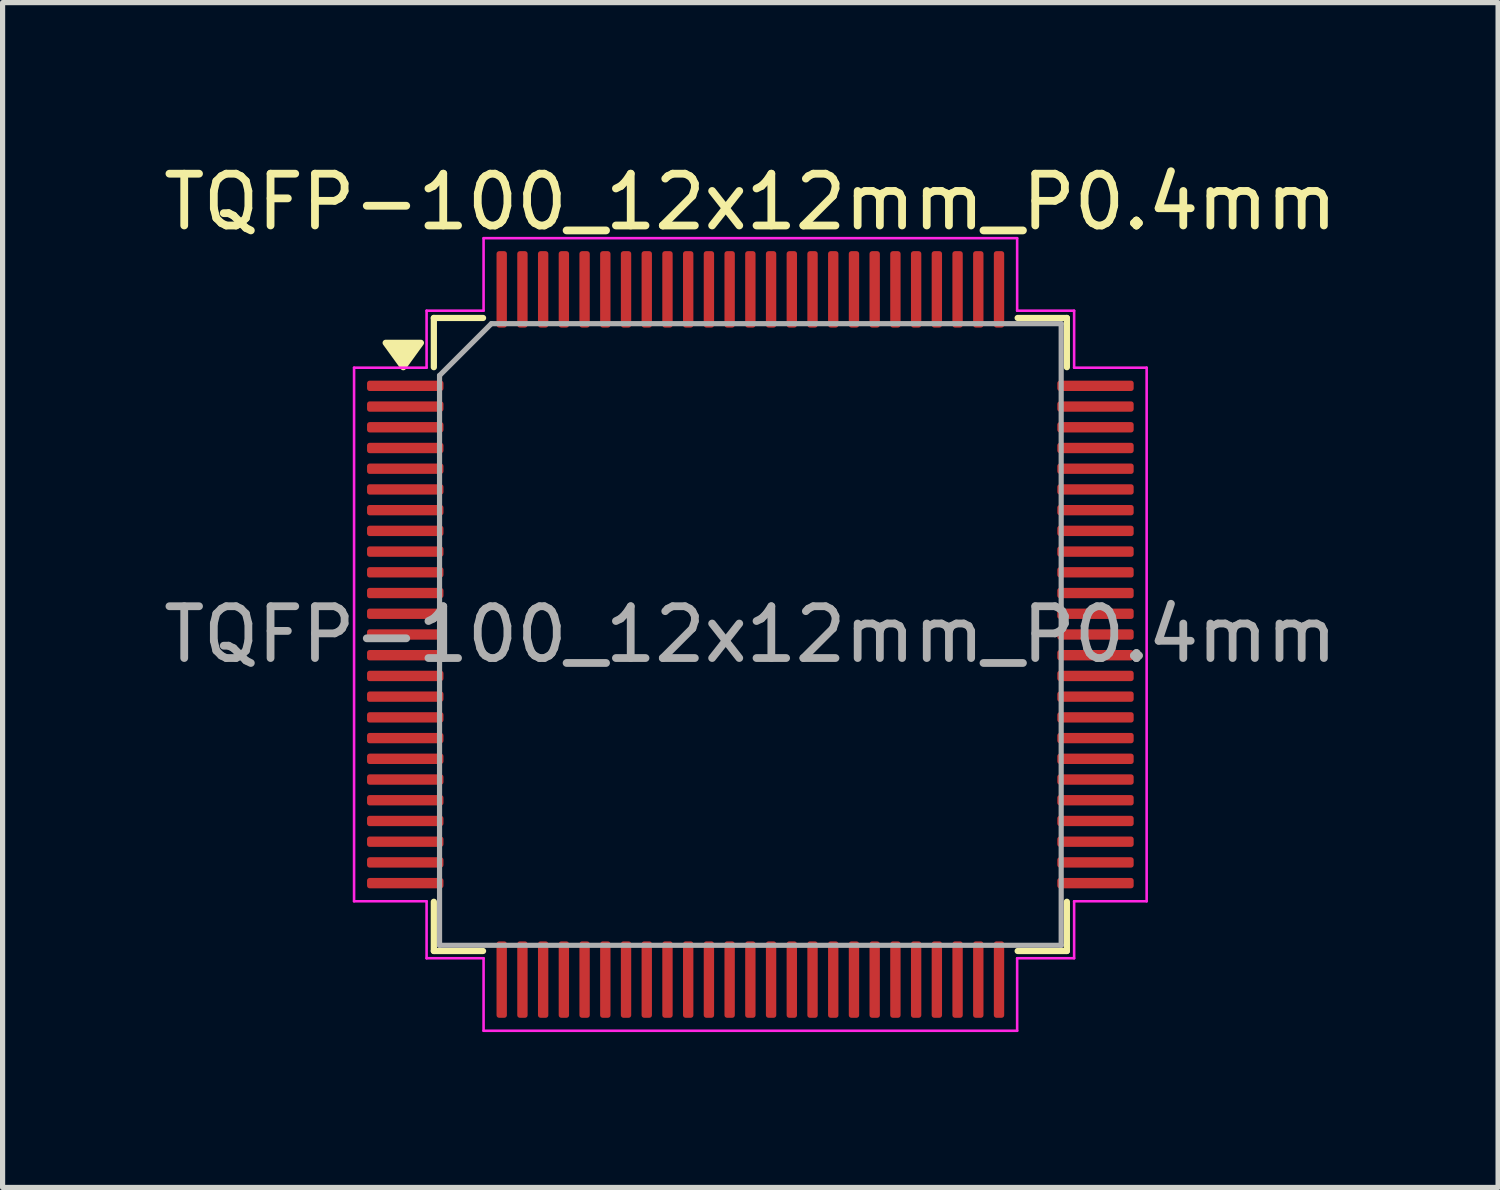
<source format=kicad_pcb>
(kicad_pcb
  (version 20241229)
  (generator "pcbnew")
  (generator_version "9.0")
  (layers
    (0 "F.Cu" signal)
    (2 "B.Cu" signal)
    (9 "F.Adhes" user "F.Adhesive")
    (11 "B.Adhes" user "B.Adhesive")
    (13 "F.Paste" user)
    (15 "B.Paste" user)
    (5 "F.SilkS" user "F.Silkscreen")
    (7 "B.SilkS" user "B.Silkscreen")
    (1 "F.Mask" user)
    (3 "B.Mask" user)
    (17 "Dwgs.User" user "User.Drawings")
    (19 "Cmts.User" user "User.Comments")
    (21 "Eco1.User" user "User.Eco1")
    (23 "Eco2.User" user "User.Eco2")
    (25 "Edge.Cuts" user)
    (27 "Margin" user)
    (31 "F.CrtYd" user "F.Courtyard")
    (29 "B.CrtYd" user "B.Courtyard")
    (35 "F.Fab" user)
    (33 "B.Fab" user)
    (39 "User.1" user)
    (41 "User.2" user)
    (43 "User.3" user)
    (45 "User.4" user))
  (footprint "TQFP-100_12x12mm_P0.4mm"
    (layer "F.Cu")
    (at 11.435 9.198)
    (property "Reference" "TQFP-100_12x12mm_P0.4mm" (at 0 -8.35 0) (layer "F.SilkS") (effects (font (size 1 1) (thickness 0.15))))
    (attr smd)
    (fp_line (start -6.11 -6.11) (end -6.11 -5.16) (stroke (width 0.12) (type solid)) (layer "F.SilkS"))
    (fp_line (start -6.11 6.11) (end -6.11 5.16) (stroke (width 0.12) (type solid)) (layer "F.SilkS"))
    (fp_line (start -5.16 -6.11) (end -6.11 -6.11) (stroke (width 0.12) (type solid)) (layer "F.SilkS"))
    (fp_line (start -5.16 6.11) (end -6.11 6.11) (stroke (width 0.12) (type solid)) (layer "F.SilkS"))
    (fp_line (start 5.16 -6.11) (end 6.11 -6.11) (stroke (width 0.12) (type solid)) (layer "F.SilkS"))
    (fp_line (start 5.16 6.11) (end 6.11 6.11) (stroke (width 0.12) (type solid)) (layer "F.SilkS"))
    (fp_line (start 6.11 -6.11) (end 6.11 -5.16) (stroke (width 0.12) (type solid)) (layer "F.SilkS"))
    (fp_line (start 6.11 6.11) (end 6.11 5.16) (stroke (width 0.12) (type solid)) (layer "F.SilkS"))
    (fp_poly (pts (xy -6.7 -5.16) (xy -7.04 -5.63) (xy -6.36 -5.63)) (stroke (width 0.12) (type solid)) (fill yes) (layer "F.SilkS"))
    (fp_line (start -7.65 -5.15) (end -6.25 -5.15) (stroke (width 0.05) (type solid)) (layer "F.CrtYd"))
    (fp_line (start -7.65 5.15) (end -7.65 -5.15) (stroke (width 0.05) (type solid)) (layer "F.CrtYd"))
    (fp_line (start -6.25 -6.25) (end -5.15 -6.25) (stroke (width 0.05) (type solid)) (layer "F.CrtYd"))
    (fp_line (start -6.25 -5.15) (end -6.25 -6.25) (stroke (width 0.05) (type solid)) (layer "F.CrtYd"))
    (fp_line (start -6.25 5.15) (end -7.65 5.15) (stroke (width 0.05) (type solid)) (layer "F.CrtYd"))
    (fp_line (start -6.25 6.25) (end -6.25 5.15) (stroke (width 0.05) (type solid)) (layer "F.CrtYd"))
    (fp_line (start -5.15 -7.65) (end 5.15 -7.65) (stroke (width 0.05) (type solid)) (layer "F.CrtYd"))
    (fp_line (start -5.15 -6.25) (end -5.15 -7.65) (stroke (width 0.05) (type solid)) (layer "F.CrtYd"))
    (fp_line (start -5.15 6.25) (end -6.25 6.25) (stroke (width 0.05) (type solid)) (layer "F.CrtYd"))
    (fp_line (start -5.15 7.65) (end -5.15 6.25) (stroke (width 0.05) (type solid)) (layer "F.CrtYd"))
    (fp_line (start 5.15 -7.65) (end 5.15 -6.25) (stroke (width 0.05) (type solid)) (layer "F.CrtYd"))
    (fp_line (start 5.15 -6.25) (end 6.25 -6.25) (stroke (width 0.05) (type solid)) (layer "F.CrtYd"))
    (fp_line (start 5.15 6.25) (end 5.15 7.65) (stroke (width 0.05) (type solid)) (layer "F.CrtYd"))
    (fp_line (start 5.15 7.65) (end -5.15 7.65) (stroke (width 0.05) (type solid)) (layer "F.CrtYd"))
    (fp_line (start 6.25 -6.25) (end 6.25 -5.15) (stroke (width 0.05) (type solid)) (layer "F.CrtYd"))
    (fp_line (start 6.25 -5.15) (end 7.65 -5.15) (stroke (width 0.05) (type solid)) (layer "F.CrtYd"))
    (fp_line (start 6.25 5.15) (end 6.25 6.25) (stroke (width 0.05) (type solid)) (layer "F.CrtYd"))
    (fp_line (start 6.25 6.25) (end 5.15 6.25) (stroke (width 0.05) (type solid)) (layer "F.CrtYd"))
    (fp_line (start 7.65 -5.15) (end 7.65 5.15) (stroke (width 0.05) (type solid)) (layer "F.CrtYd"))
    (fp_line (start 7.65 5.15) (end 6.25 5.15) (stroke (width 0.05) (type solid)) (layer "F.CrtYd"))
    (fp_line (start -6 -5) (end -5 -6) (stroke (width 0.1) (type solid)) (layer "F.Fab"))
    (fp_line (start -6 6) (end -6 -5) (stroke (width 0.1) (type solid)) (layer "F.Fab"))
    (fp_line (start -5 -6) (end 6 -6) (stroke (width 0.1) (type solid)) (layer "F.Fab"))
    (fp_line (start 6 -6) (end 6 6) (stroke (width 0.1) (type solid)) (layer "F.Fab"))
    (fp_line (start 6 6) (end -6 6) (stroke (width 0.1) (type solid)) (layer "F.Fab"))
    (fp_text user "${REFERENCE}" (at 0 0 0) (layer "F.Fab") (effects (font (size 1 1) (thickness 0.15))))
    (pad "1" smd roundrect (at -6.662 -4.8) (size 1.475 0.2) (layers "F.Cu" "F.Mask" "F.Paste") (roundrect_rratio 0.25))
    (pad "2" smd roundrect (at -6.662 -4.4) (size 1.475 0.2) (layers "F.Cu" "F.Mask" "F.Paste") (roundrect_rratio 0.25))
    (pad "3" smd roundrect (at -6.662 -4) (size 1.475 0.2) (layers "F.Cu" "F.Mask" "F.Paste") (roundrect_rratio 0.25))
    (pad "4" smd roundrect (at -6.662 -3.6) (size 1.475 0.2) (layers "F.Cu" "F.Mask" "F.Paste") (roundrect_rratio 0.25))
    (pad "5" smd roundrect (at -6.662 -3.2) (size 1.475 0.2) (layers "F.Cu" "F.Mask" "F.Paste") (roundrect_rratio 0.25))
    (pad "6" smd roundrect (at -6.662 -2.8) (size 1.475 0.2) (layers "F.Cu" "F.Mask" "F.Paste") (roundrect_rratio 0.25))
    (pad "7" smd roundrect (at -6.662 -2.4) (size 1.475 0.2) (layers "F.Cu" "F.Mask" "F.Paste") (roundrect_rratio 0.25))
    (pad "8" smd roundrect (at -6.662 -2) (size 1.475 0.2) (layers "F.Cu" "F.Mask" "F.Paste") (roundrect_rratio 0.25))
    (pad "9" smd roundrect (at -6.662 -1.6) (size 1.475 0.2) (layers "F.Cu" "F.Mask" "F.Paste") (roundrect_rratio 0.25))
    (pad "10" smd roundrect (at -6.662 -1.2) (size 1.475 0.2) (layers "F.Cu" "F.Mask" "F.Paste") (roundrect_rratio 0.25))
    (pad "11" smd roundrect (at -6.662 -0.8) (size 1.475 0.2) (layers "F.Cu" "F.Mask" "F.Paste") (roundrect_rratio 0.25))
    (pad "12" smd roundrect (at -6.662 -0.4) (size 1.475 0.2) (layers "F.Cu" "F.Mask" "F.Paste") (roundrect_rratio 0.25))
    (pad "13" smd roundrect (at -6.662 0) (size 1.475 0.2) (layers "F.Cu" "F.Mask" "F.Paste") (roundrect_rratio 0.25))
    (pad "14" smd roundrect (at -6.662 0.4) (size 1.475 0.2) (layers "F.Cu" "F.Mask" "F.Paste") (roundrect_rratio 0.25))
    (pad "15" smd roundrect (at -6.662 0.8) (size 1.475 0.2) (layers "F.Cu" "F.Mask" "F.Paste") (roundrect_rratio 0.25))
    (pad "16" smd roundrect (at -6.662 1.2) (size 1.475 0.2) (layers "F.Cu" "F.Mask" "F.Paste") (roundrect_rratio 0.25))
    (pad "17" smd roundrect (at -6.662 1.6) (size 1.475 0.2) (layers "F.Cu" "F.Mask" "F.Paste") (roundrect_rratio 0.25))
    (pad "18" smd roundrect (at -6.662 2) (size 1.475 0.2) (layers "F.Cu" "F.Mask" "F.Paste") (roundrect_rratio 0.25))
    (pad "19" smd roundrect (at -6.662 2.4) (size 1.475 0.2) (layers "F.Cu" "F.Mask" "F.Paste") (roundrect_rratio 0.25))
    (pad "20" smd roundrect (at -6.662 2.8) (size 1.475 0.2) (layers "F.Cu" "F.Mask" "F.Paste") (roundrect_rratio 0.25))
    (pad "21" smd roundrect (at -6.662 3.2) (size 1.475 0.2) (layers "F.Cu" "F.Mask" "F.Paste") (roundrect_rratio 0.25))
    (pad "22" smd roundrect (at -6.662 3.6) (size 1.475 0.2) (layers "F.Cu" "F.Mask" "F.Paste") (roundrect_rratio 0.25))
    (pad "23" smd roundrect (at -6.662 4) (size 1.475 0.2) (layers "F.Cu" "F.Mask" "F.Paste") (roundrect_rratio 0.25))
    (pad "24" smd roundrect (at -6.662 4.4) (size 1.475 0.2) (layers "F.Cu" "F.Mask" "F.Paste") (roundrect_rratio 0.25))
    (pad "25" smd roundrect (at -6.662 4.8) (size 1.475 0.2) (layers "F.Cu" "F.Mask" "F.Paste") (roundrect_rratio 0.25))
    (pad "26" smd roundrect (at -4.8 6.662) (size 0.2 1.475) (layers "F.Cu" "F.Mask" "F.Paste") (roundrect_rratio 0.25))
    (pad "27" smd roundrect (at -4.4 6.662) (size 0.2 1.475) (layers "F.Cu" "F.Mask" "F.Paste") (roundrect_rratio 0.25))
    (pad "28" smd roundrect (at -4 6.662) (size 0.2 1.475) (layers "F.Cu" "F.Mask" "F.Paste") (roundrect_rratio 0.25))
    (pad "29" smd roundrect (at -3.6 6.662) (size 0.2 1.475) (layers "F.Cu" "F.Mask" "F.Paste") (roundrect_rratio 0.25))
    (pad "30" smd roundrect (at -3.2 6.662) (size 0.2 1.475) (layers "F.Cu" "F.Mask" "F.Paste") (roundrect_rratio 0.25))
    (pad "31" smd roundrect (at -2.8 6.662) (size 0.2 1.475) (layers "F.Cu" "F.Mask" "F.Paste") (roundrect_rratio 0.25))
    (pad "32" smd roundrect (at -2.4 6.662) (size 0.2 1.475) (layers "F.Cu" "F.Mask" "F.Paste") (roundrect_rratio 0.25))
    (pad "33" smd roundrect (at -2 6.662) (size 0.2 1.475) (layers "F.Cu" "F.Mask" "F.Paste") (roundrect_rratio 0.25))
    (pad "34" smd roundrect (at -1.6 6.662) (size 0.2 1.475) (layers "F.Cu" "F.Mask" "F.Paste") (roundrect_rratio 0.25))
    (pad "35" smd roundrect (at -1.2 6.662) (size 0.2 1.475) (layers "F.Cu" "F.Mask" "F.Paste") (roundrect_rratio 0.25))
    (pad "36" smd roundrect (at -0.8 6.662) (size 0.2 1.475) (layers "F.Cu" "F.Mask" "F.Paste") (roundrect_rratio 0.25))
    (pad "37" smd roundrect (at -0.4 6.662) (size 0.2 1.475) (layers "F.Cu" "F.Mask" "F.Paste") (roundrect_rratio 0.25))
    (pad "38" smd roundrect (at 0 6.662) (size 0.2 1.475) (layers "F.Cu" "F.Mask" "F.Paste") (roundrect_rratio 0.25))
    (pad "39" smd roundrect (at 0.4 6.662) (size 0.2 1.475) (layers "F.Cu" "F.Mask" "F.Paste") (roundrect_rratio 0.25))
    (pad "40" smd roundrect (at 0.8 6.662) (size 0.2 1.475) (layers "F.Cu" "F.Mask" "F.Paste") (roundrect_rratio 0.25))
    (pad "41" smd roundrect (at 1.2 6.662) (size 0.2 1.475) (layers "F.Cu" "F.Mask" "F.Paste") (roundrect_rratio 0.25))
    (pad "42" smd roundrect (at 1.6 6.662) (size 0.2 1.475) (layers "F.Cu" "F.Mask" "F.Paste") (roundrect_rratio 0.25))
    (pad "43" smd roundrect (at 2 6.662) (size 0.2 1.475) (layers "F.Cu" "F.Mask" "F.Paste") (roundrect_rratio 0.25))
    (pad "44" smd roundrect (at 2.4 6.662) (size 0.2 1.475) (layers "F.Cu" "F.Mask" "F.Paste") (roundrect_rratio 0.25))
    (pad "45" smd roundrect (at 2.8 6.662) (size 0.2 1.475) (layers "F.Cu" "F.Mask" "F.Paste") (roundrect_rratio 0.25))
    (pad "46" smd roundrect (at 3.2 6.662) (size 0.2 1.475) (layers "F.Cu" "F.Mask" "F.Paste") (roundrect_rratio 0.25))
    (pad "47" smd roundrect (at 3.6 6.662) (size 0.2 1.475) (layers "F.Cu" "F.Mask" "F.Paste") (roundrect_rratio 0.25))
    (pad "48" smd roundrect (at 4 6.662) (size 0.2 1.475) (layers "F.Cu" "F.Mask" "F.Paste") (roundrect_rratio 0.25))
    (pad "49" smd roundrect (at 4.4 6.662) (size 0.2 1.475) (layers "F.Cu" "F.Mask" "F.Paste") (roundrect_rratio 0.25))
    (pad "50" smd roundrect (at 4.8 6.662) (size 0.2 1.475) (layers "F.Cu" "F.Mask" "F.Paste") (roundrect_rratio 0.25))
    (pad "51" smd roundrect (at 6.662 4.8) (size 1.475 0.2) (layers "F.Cu" "F.Mask" "F.Paste") (roundrect_rratio 0.25))
    (pad "52" smd roundrect (at 6.662 4.4) (size 1.475 0.2) (layers "F.Cu" "F.Mask" "F.Paste") (roundrect_rratio 0.25))
    (pad "53" smd roundrect (at 6.662 4) (size 1.475 0.2) (layers "F.Cu" "F.Mask" "F.Paste") (roundrect_rratio 0.25))
    (pad "54" smd roundrect (at 6.662 3.6) (size 1.475 0.2) (layers "F.Cu" "F.Mask" "F.Paste") (roundrect_rratio 0.25))
    (pad "55" smd roundrect (at 6.662 3.2) (size 1.475 0.2) (layers "F.Cu" "F.Mask" "F.Paste") (roundrect_rratio 0.25))
    (pad "56" smd roundrect (at 6.662 2.8) (size 1.475 0.2) (layers "F.Cu" "F.Mask" "F.Paste") (roundrect_rratio 0.25))
    (pad "57" smd roundrect (at 6.662 2.4) (size 1.475 0.2) (layers "F.Cu" "F.Mask" "F.Paste") (roundrect_rratio 0.25))
    (pad "58" smd roundrect (at 6.662 2) (size 1.475 0.2) (layers "F.Cu" "F.Mask" "F.Paste") (roundrect_rratio 0.25))
    (pad "59" smd roundrect (at 6.662 1.6) (size 1.475 0.2) (layers "F.Cu" "F.Mask" "F.Paste") (roundrect_rratio 0.25))
    (pad "60" smd roundrect (at 6.662 1.2) (size 1.475 0.2) (layers "F.Cu" "F.Mask" "F.Paste") (roundrect_rratio 0.25))
    (pad "61" smd roundrect (at 6.662 0.8) (size 1.475 0.2) (layers "F.Cu" "F.Mask" "F.Paste") (roundrect_rratio 0.25))
    (pad "62" smd roundrect (at 6.662 0.4) (size 1.475 0.2) (layers "F.Cu" "F.Mask" "F.Paste") (roundrect_rratio 0.25))
    (pad "63" smd roundrect (at 6.662 0) (size 1.475 0.2) (layers "F.Cu" "F.Mask" "F.Paste") (roundrect_rratio 0.25))
    (pad "64" smd roundrect (at 6.662 -0.4) (size 1.475 0.2) (layers "F.Cu" "F.Mask" "F.Paste") (roundrect_rratio 0.25))
    (pad "65" smd roundrect (at 6.662 -0.8) (size 1.475 0.2) (layers "F.Cu" "F.Mask" "F.Paste") (roundrect_rratio 0.25))
    (pad "66" smd roundrect (at 6.662 -1.2) (size 1.475 0.2) (layers "F.Cu" "F.Mask" "F.Paste") (roundrect_rratio 0.25))
    (pad "67" smd roundrect (at 6.662 -1.6) (size 1.475 0.2) (layers "F.Cu" "F.Mask" "F.Paste") (roundrect_rratio 0.25))
    (pad "68" smd roundrect (at 6.662 -2) (size 1.475 0.2) (layers "F.Cu" "F.Mask" "F.Paste") (roundrect_rratio 0.25))
    (pad "69" smd roundrect (at 6.662 -2.4) (size 1.475 0.2) (layers "F.Cu" "F.Mask" "F.Paste") (roundrect_rratio 0.25))
    (pad "70" smd roundrect (at 6.662 -2.8) (size 1.475 0.2) (layers "F.Cu" "F.Mask" "F.Paste") (roundrect_rratio 0.25))
    (pad "71" smd roundrect (at 6.662 -3.2) (size 1.475 0.2) (layers "F.Cu" "F.Mask" "F.Paste") (roundrect_rratio 0.25))
    (pad "72" smd roundrect (at 6.662 -3.6) (size 1.475 0.2) (layers "F.Cu" "F.Mask" "F.Paste") (roundrect_rratio 0.25))
    (pad "73" smd roundrect (at 6.662 -4) (size 1.475 0.2) (layers "F.Cu" "F.Mask" "F.Paste") (roundrect_rratio 0.25))
    (pad "74" smd roundrect (at 6.662 -4.4) (size 1.475 0.2) (layers "F.Cu" "F.Mask" "F.Paste") (roundrect_rratio 0.25))
    (pad "75" smd roundrect (at 6.662 -4.8) (size 1.475 0.2) (layers "F.Cu" "F.Mask" "F.Paste") (roundrect_rratio 0.25))
    (pad "76" smd roundrect (at 4.8 -6.662) (size 0.2 1.475) (layers "F.Cu" "F.Mask" "F.Paste") (roundrect_rratio 0.25))
    (pad "77" smd roundrect (at 4.4 -6.662) (size 0.2 1.475) (layers "F.Cu" "F.Mask" "F.Paste") (roundrect_rratio 0.25))
    (pad "78" smd roundrect (at 4 -6.662) (size 0.2 1.475) (layers "F.Cu" "F.Mask" "F.Paste") (roundrect_rratio 0.25))
    (pad "79" smd roundrect (at 3.6 -6.662) (size 0.2 1.475) (layers "F.Cu" "F.Mask" "F.Paste") (roundrect_rratio 0.25))
    (pad "80" smd roundrect (at 3.2 -6.662) (size 0.2 1.475) (layers "F.Cu" "F.Mask" "F.Paste") (roundrect_rratio 0.25))
    (pad "81" smd roundrect (at 2.8 -6.662) (size 0.2 1.475) (layers "F.Cu" "F.Mask" "F.Paste") (roundrect_rratio 0.25))
    (pad "82" smd roundrect (at 2.4 -6.662) (size 0.2 1.475) (layers "F.Cu" "F.Mask" "F.Paste") (roundrect_rratio 0.25))
    (pad "83" smd roundrect (at 2 -6.662) (size 0.2 1.475) (layers "F.Cu" "F.Mask" "F.Paste") (roundrect_rratio 0.25))
    (pad "84" smd roundrect (at 1.6 -6.662) (size 0.2 1.475) (layers "F.Cu" "F.Mask" "F.Paste") (roundrect_rratio 0.25))
    (pad "85" smd roundrect (at 1.2 -6.662) (size 0.2 1.475) (layers "F.Cu" "F.Mask" "F.Paste") (roundrect_rratio 0.25))
    (pad "86" smd roundrect (at 0.8 -6.662) (size 0.2 1.475) (layers "F.Cu" "F.Mask" "F.Paste") (roundrect_rratio 0.25))
    (pad "87" smd roundrect (at 0.4 -6.662) (size 0.2 1.475) (layers "F.Cu" "F.Mask" "F.Paste") (roundrect_rratio 0.25))
    (pad "88" smd roundrect (at 0 -6.662) (size 0.2 1.475) (layers "F.Cu" "F.Mask" "F.Paste") (roundrect_rratio 0.25))
    (pad "89" smd roundrect (at -0.4 -6.662) (size 0.2 1.475) (layers "F.Cu" "F.Mask" "F.Paste") (roundrect_rratio 0.25))
    (pad "90" smd roundrect (at -0.8 -6.662) (size 0.2 1.475) (layers "F.Cu" "F.Mask" "F.Paste") (roundrect_rratio 0.25))
    (pad "91" smd roundrect (at -1.2 -6.662) (size 0.2 1.475) (layers "F.Cu" "F.Mask" "F.Paste") (roundrect_rratio 0.25))
    (pad "92" smd roundrect (at -1.6 -6.662) (size 0.2 1.475) (layers "F.Cu" "F.Mask" "F.Paste") (roundrect_rratio 0.25))
    (pad "93" smd roundrect (at -2 -6.662) (size 0.2 1.475) (layers "F.Cu" "F.Mask" "F.Paste") (roundrect_rratio 0.25))
    (pad "94" smd roundrect (at -2.4 -6.662) (size 0.2 1.475) (layers "F.Cu" "F.Mask" "F.Paste") (roundrect_rratio 0.25))
    (pad "95" smd roundrect (at -2.8 -6.662) (size 0.2 1.475) (layers "F.Cu" "F.Mask" "F.Paste") (roundrect_rratio 0.25))
    (pad "96" smd roundrect (at -3.2 -6.662) (size 0.2 1.475) (layers "F.Cu" "F.Mask" "F.Paste") (roundrect_rratio 0.25))
    (pad "97" smd roundrect (at -3.6 -6.662) (size 0.2 1.475) (layers "F.Cu" "F.Mask" "F.Paste") (roundrect_rratio 0.25))
    (pad "98" smd roundrect (at -4 -6.662) (size 0.2 1.475) (layers "F.Cu" "F.Mask" "F.Paste") (roundrect_rratio 0.25))
    (pad "99" smd roundrect (at -4.4 -6.662) (size 0.2 1.475) (layers "F.Cu" "F.Mask" "F.Paste") (roundrect_rratio 0.25))
    (pad "100" smd roundrect (at -4.8 -6.662) (size 0.2 1.475) (layers "F.Cu" "F.Mask" "F.Paste") (roundrect_rratio 0.25)))
  (gr_rect
    (start -3 -3)
    (end 25.869 19.873)
    (stroke (width 0.1) (type default))
    (fill no)
    (layer "Edge.Cuts")))
</source>
